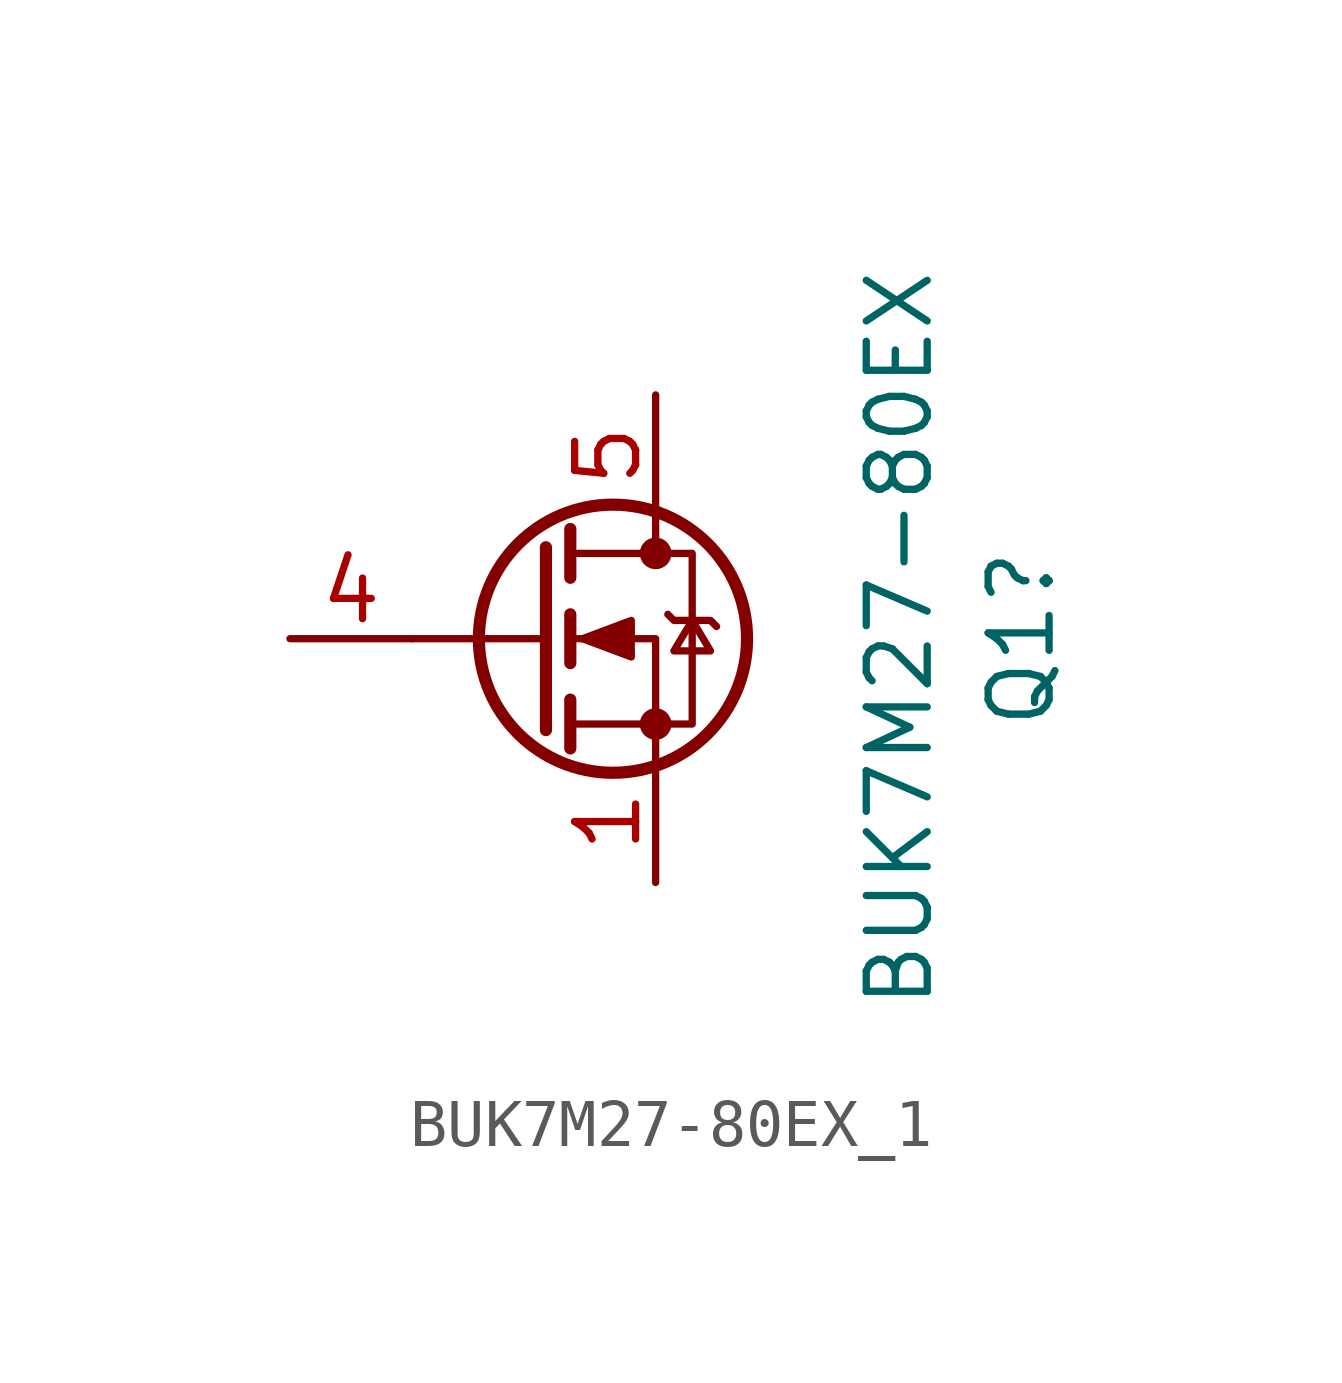
<source format=kicad_sym>
(kicad_symbol_lib
  (version 20231120)
  (generator "kicad_symbol_editor")
  (generator_version "8.0")
  (symbol "BUK7M27-80EX_1"
    (pin_names hide)
    (property "Reference" "Q1"
      (at 10.16 0 90)
      (effects (font (size 1.27 1.27))))
    (property "Value" "BUK7M27-80EX"
      (at 7.62 0 90)
      (effects (font (size 1.27 1.27))))
    (symbol "BUK7M27-80EX_1_0_1"
      (polyline (pts (xy 0.254 0) (xy -2.54 0)) (stroke (width 0) (type default)) (fill (type none)))
      (polyline (pts (xy 0.254 1.905) (xy 0.254 -1.905)) (stroke (width 0.254) (type default)) (fill (type none)))
      (polyline (pts (xy 0.762 -1.27) (xy 0.762 -2.286)) (stroke (width 0.254) (type default)) (fill (type none)))
      (polyline (pts (xy 0.762 0.508) (xy 0.762 -0.508)) (stroke (width 0.254) (type default)) (fill (type none)))
      (polyline (pts (xy 0.762 2.286) (xy 0.762 1.27)) (stroke (width 0.254) (type default)) (fill (type none)))
      (polyline (pts (xy 2.54 2.54) (xy 2.54 1.778)) (stroke (width 0) (type default)) (fill (type none)))
      (polyline (pts (xy 2.54 -2.54) (xy 2.54 0) (xy 0.762 0)) (stroke (width 0) (type default)) (fill (type none)))
      (polyline (pts (xy 0.762 -1.778) (xy 3.302 -1.778) (xy 3.302 1.778) (xy 0.762 1.778)) (stroke (width 0) (type default)) (fill (type none)))
      (polyline (pts (xy 1.016 0) (xy 2.032 0.381) (xy 2.032 -0.381) (xy 1.016 0)) (stroke (width 0) (type default)) (fill (type outline)))
      (polyline (pts (xy 2.794 0.508) (xy 2.921 0.381) (xy 3.683 0.381) (xy 3.81 0.254)) (stroke (width 0) (type default)) (fill (type none)))
      (polyline (pts (xy 3.302 0.381) (xy 2.921 -0.254) (xy 3.683 -0.254) (xy 3.302 0.381)) (stroke (width 0) (type default)) (fill (type none)))
      (circle (center 1.651 0) (radius 2.794) (stroke (width 0.254) (type default)) (fill (type none)))
      (circle (center 2.54 -1.778) (radius 0.254) (stroke (width 0) (type default)) (fill (type outline)))
      (circle (center 2.54 1.778) (radius 0.254) (stroke (width 0) (type default)) (fill (type outline))))
    (symbol "BUK7M27-80EX_1_1_1"
      (pin passive line (at 2.54 -5.08 90) (length 2.54) (name "S" (effects (font (size 1.27 1.27)))) (number "1" (effects (font (size 1.27 1.27)))))
      (pin passive line (at 2.54 -5.08 90) (length 2.54) hide (name "S" (effects (font (size 1.27 1.27)))) (number "2" (effects (font (size 1.27 1.27)))))
      (pin passive line (at 2.54 -5.08 90) (length 2.54) hide (name "S" (effects (font (size 1.27 1.27)))) (number "3" (effects (font (size 1.27 1.27)))))
      (pin passive line (at -5.08 0 0) (length 2.54) (name "G" (effects (font (size 1.27 1.27)))) (number "4" (effects (font (size 1.27 1.27)))))
      (pin passive line (at 2.54 5.08 270) (length 2.54) (name "D" (effects (font (size 1.27 1.27)))) (number "5" (effects (font (size 1.27 1.27)))))
      (pin passive line (at 2.54 5.08 270) (length 2.54) hide (name "6" (effects (font (size 1.27 1.27)))) (number "6" (effects (font (size 1.27 1.27)))))
      (pin passive line (at 2.54 5.08 270) (length 2.54) hide (name "7" (effects (font (size 1.27 1.27)))) (number "7" (effects (font (size 1.27 1.27)))))
      (pin passive line (at 2.54 5.08 270) (length 2.54) hide (name "8" (effects (font (size 1.27 1.27)))) (number "8" (effects (font (size 1.27 1.27))))))))
</source>
